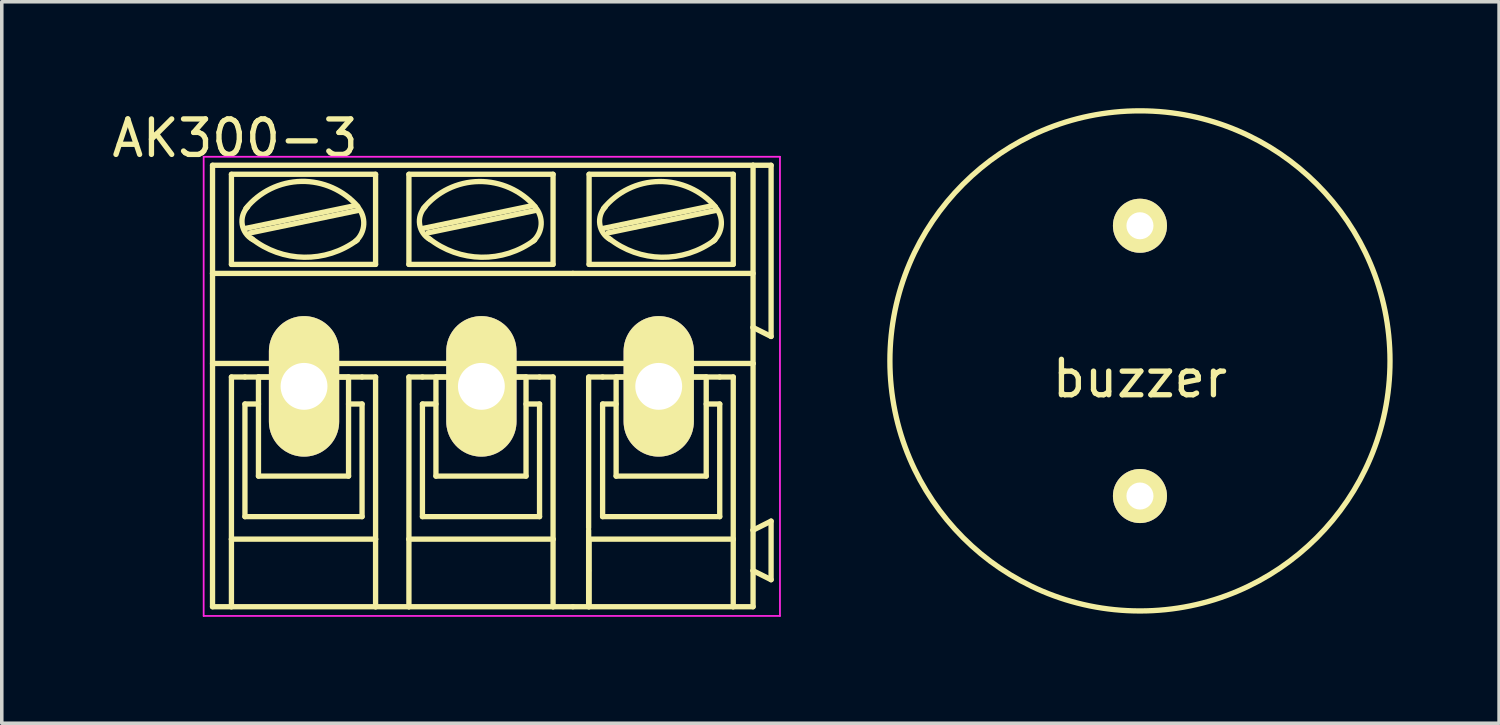
<source format=kicad_pcb>
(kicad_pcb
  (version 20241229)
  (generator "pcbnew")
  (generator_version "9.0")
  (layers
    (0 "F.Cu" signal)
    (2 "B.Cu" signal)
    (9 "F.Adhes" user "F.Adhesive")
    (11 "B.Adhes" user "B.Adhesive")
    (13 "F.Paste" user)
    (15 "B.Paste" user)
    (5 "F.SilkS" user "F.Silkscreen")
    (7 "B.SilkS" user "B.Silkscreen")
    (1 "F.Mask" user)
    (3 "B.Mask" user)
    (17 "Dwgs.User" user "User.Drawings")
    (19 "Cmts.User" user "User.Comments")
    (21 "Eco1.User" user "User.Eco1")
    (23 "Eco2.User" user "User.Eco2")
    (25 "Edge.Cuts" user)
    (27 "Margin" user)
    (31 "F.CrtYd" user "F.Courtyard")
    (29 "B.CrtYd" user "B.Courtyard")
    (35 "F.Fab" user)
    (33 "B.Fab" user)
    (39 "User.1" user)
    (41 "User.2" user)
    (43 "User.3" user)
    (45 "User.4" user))
  (footprint "buzzer"
    (layer "F.Cu")
    (at 29.09 7.125)
    (property "Reference" "buzzer" (at 0 0.5 0) (layer "F.SilkS") (effects (font (size 1 1) (thickness 0.15))))
    (attr through_hole)
    (fp_circle (center 0 0) (end -7.05 0) (stroke (width 0.15) (type solid)) (fill no) (layer "F.SilkS"))
    (pad "1" thru_hole circle (at 0 -3.81) (size 1.524 1.524) (drill 0.762) (layers "*.Cu" "*.Mask" "F.SilkS"))
    (pad "2" thru_hole circle (at 0 3.81) (size 1.524 1.524) (drill 0.762) (layers "*.Cu" "*.Mask" "F.SilkS")))
  (footprint "AK300-3"
    (layer "F.Cu")
    (at 5.522 7.843)
    (property "Reference" "AK300-3" (at -1.945 -6.995 0) (layer "F.SilkS") (effects (font (size 1 1) (thickness 0.15))))
    (attr exclude_from_pos_files exclude_from_bom)
    (fp_line (start -2.58 -6.233) (end 12.66 -6.233) (stroke (width 0.15) (type solid)) (layer "F.SilkS"))
    (fp_line (start -2.58 -3.185) (end -2.58 -6.233) (stroke (width 0.15) (type solid)) (layer "F.SilkS"))
    (fp_line (start -2.58 -3.185) (end 7.58 -3.185) (stroke (width 0.15) (type solid)) (layer "F.SilkS"))
    (fp_line (start -2.58 -0.645) (end -2.58 -3.185) (stroke (width 0.15) (type solid)) (layer "F.SilkS"))
    (fp_line (start -2.58 6.213) (end -2.58 -0.645) (stroke (width 0.15) (type solid)) (layer "F.SilkS"))
    (fp_line (start -2.58 6.213) (end -2.047 6.213) (stroke (width 0.15) (type solid)) (layer "F.SilkS"))
    (fp_line (start -2.047 -3.439) (end -2.047 -5.979) (stroke (width 0.15) (type solid)) (layer "F.SilkS"))
    (fp_line (start -2.047 -0.264) (end -2.047 4.308) (stroke (width 0.15) (type solid)) (layer "F.SilkS"))
    (fp_line (start -2.047 -0.264) (end -1.666 -0.264) (stroke (width 0.15) (type solid)) (layer "F.SilkS"))
    (fp_line (start -2.047 4.308) (end -2.047 6.213) (stroke (width 0.15) (type solid)) (layer "F.SilkS"))
    (fp_line (start -2.047 6.213) (end 2.017 6.213) (stroke (width 0.15) (type solid)) (layer "F.SilkS"))
    (fp_line (start -1.666 0.498) (end -1.285 0.498) (stroke (width 0.15) (type solid)) (layer "F.SilkS"))
    (fp_line (start -1.666 3.673) (end -1.666 0.498) (stroke (width 0.15) (type solid)) (layer "F.SilkS"))
    (fp_line (start -1.64 -4.455) (end 1.41 -5.09) (stroke (width 0.15) (type solid)) (layer "F.SilkS"))
    (fp_line (start -1.513 -4.328) (end 1.535 -4.963) (stroke (width 0.15) (type solid)) (layer "F.SilkS"))
    (fp_line (start -1.285 -0.264) (end 1.255 -0.264) (stroke (width 0.15) (type solid)) (layer "F.SilkS"))
    (fp_line (start -1.285 2.53) (end -1.285 -0.264) (stroke (width 0.15) (type solid)) (layer "F.SilkS"))
    (fp_line (start -1.285 2.53) (end 1.255 2.53) (stroke (width 0.15) (type solid)) (layer "F.SilkS"))
    (fp_line (start 1.255 2.53) (end 1.255 -0.264) (stroke (width 0.15) (type solid)) (layer "F.SilkS"))
    (fp_line (start 1.636 -0.264) (end -1.666 -0.264) (stroke (width 0.15) (type solid)) (layer "F.SilkS"))
    (fp_line (start 1.636 0.498) (end 1.255 0.498) (stroke (width 0.15) (type solid)) (layer "F.SilkS"))
    (fp_line (start 1.636 3.673) (end -1.666 3.673) (stroke (width 0.15) (type solid)) (layer "F.SilkS"))
    (fp_line (start 1.636 3.673) (end 1.636 0.498) (stroke (width 0.15) (type solid)) (layer "F.SilkS"))
    (fp_line (start 2.017 -5.979) (end -2.047 -5.979) (stroke (width 0.15) (type solid)) (layer "F.SilkS"))
    (fp_line (start 2.017 -3.439) (end -2.047 -3.439) (stroke (width 0.15) (type solid)) (layer "F.SilkS"))
    (fp_line (start 2.017 -3.439) (end 2.017 -5.979) (stroke (width 0.15) (type solid)) (layer "F.SilkS"))
    (fp_line (start 2.017 -0.264) (end 1.636 -0.264) (stroke (width 0.15) (type solid)) (layer "F.SilkS"))
    (fp_line (start 2.017 4.308) (end -2.047 4.308) (stroke (width 0.15) (type solid)) (layer "F.SilkS"))
    (fp_line (start 2.017 4.308) (end 2.017 -0.264) (stroke (width 0.15) (type solid)) (layer "F.SilkS"))
    (fp_line (start 2.017 6.213) (end 2.017 4.308) (stroke (width 0.15) (type solid)) (layer "F.SilkS"))
    (fp_line (start 2.017 6.213) (end 2.957 6.213) (stroke (width 0.15) (type solid)) (layer "F.SilkS"))
    (fp_line (start 2.957 -5.979) (end 7.021 -5.979) (stroke (width 0.15) (type solid)) (layer "F.SilkS"))
    (fp_line (start 2.957 -3.439) (end 2.957 -5.979) (stroke (width 0.15) (type solid)) (layer "F.SilkS"))
    (fp_line (start 2.957 -0.264) (end 3.338 -0.264) (stroke (width 0.15) (type solid)) (layer "F.SilkS"))
    (fp_line (start 2.957 4.308) (end 2.957 -0.264) (stroke (width 0.15) (type solid)) (layer "F.SilkS"))
    (fp_line (start 2.957 4.308) (end 7.021 4.308) (stroke (width 0.15) (type solid)) (layer "F.SilkS"))
    (fp_line (start 2.957 6.213) (end 2.957 4.308) (stroke (width 0.15) (type solid)) (layer "F.SilkS"))
    (fp_line (start 2.957 6.213) (end 7.021 6.213) (stroke (width 0.15) (type solid)) (layer "F.SilkS"))
    (fp_line (start 3.338 -0.264) (end 6.64 -0.264) (stroke (width 0.15) (type solid)) (layer "F.SilkS"))
    (fp_line (start 3.338 0.498) (end 3.719 0.498) (stroke (width 0.15) (type solid)) (layer "F.SilkS"))
    (fp_line (start 3.338 3.673) (end 3.338 0.498) (stroke (width 0.15) (type solid)) (layer "F.SilkS"))
    (fp_line (start 3.364 -4.455) (end 6.412 -5.09) (stroke (width 0.15) (type solid)) (layer "F.SilkS"))
    (fp_line (start 3.491 -4.328) (end 6.539 -4.963) (stroke (width 0.15) (type solid)) (layer "F.SilkS"))
    (fp_line (start 3.719 -0.264) (end 6.259 -0.264) (stroke (width 0.15) (type solid)) (layer "F.SilkS"))
    (fp_line (start 3.719 2.53) (end 3.719 -0.264) (stroke (width 0.15) (type solid)) (layer "F.SilkS"))
    (fp_line (start 3.719 2.53) (end 6.259 2.53) (stroke (width 0.15) (type solid)) (layer "F.SilkS"))
    (fp_line (start 6.259 2.53) (end 6.259 -0.264) (stroke (width 0.15) (type solid)) (layer "F.SilkS"))
    (fp_line (start 6.64 0.498) (end 6.259 0.498) (stroke (width 0.15) (type solid)) (layer "F.SilkS"))
    (fp_line (start 6.64 3.673) (end 3.338 3.673) (stroke (width 0.15) (type solid)) (layer "F.SilkS"))
    (fp_line (start 6.64 3.673) (end 6.64 0.498) (stroke (width 0.15) (type solid)) (layer "F.SilkS"))
    (fp_line (start 7.021 -5.979) (end 7.021 -3.439) (stroke (width 0.15) (type solid)) (layer "F.SilkS"))
    (fp_line (start 7.021 -3.439) (end 2.957 -3.439) (stroke (width 0.15) (type solid)) (layer "F.SilkS"))
    (fp_line (start 7.021 -0.264) (end 6.64 -0.264) (stroke (width 0.15) (type solid)) (layer "F.SilkS"))
    (fp_line (start 7.021 -0.264) (end 7.021 4.308) (stroke (width 0.15) (type solid)) (layer "F.SilkS"))
    (fp_line (start 7.021 4.308) (end 7.021 6.213) (stroke (width 0.15) (type solid)) (layer "F.SilkS"))
    (fp_line (start 7.021 6.213) (end 7.58 6.213) (stroke (width 0.15) (type solid)) (layer "F.SilkS"))
    (fp_line (start 7.58 -3.185) (end 12.597 -3.185) (stroke (width 0.15) (type solid)) (layer "F.SilkS"))
    (fp_line (start 8.024 3.99) (end 8.024 -0.264) (stroke (width 0.15) (type solid)) (layer "F.SilkS"))
    (fp_line (start 8.024 4.054) (end 8.024 5.197) (stroke (width 0.15) (type solid)) (layer "F.SilkS"))
    (fp_line (start 8.024 5.197) (end 8.024 6.213) (stroke (width 0.15) (type solid)) (layer "F.SilkS"))
    (fp_line (start 8.037 -5.979) (end 12.101 -5.979) (stroke (width 0.15) (type solid)) (layer "F.SilkS"))
    (fp_line (start 8.037 -3.439) (end 8.037 -5.979) (stroke (width 0.15) (type solid)) (layer "F.SilkS"))
    (fp_line (start 8.037 -0.264) (end 8.418 -0.264) (stroke (width 0.15) (type solid)) (layer "F.SilkS"))
    (fp_line (start 8.037 4.308) (end 12.101 4.308) (stroke (width 0.15) (type solid)) (layer "F.SilkS"))
    (fp_line (start 8.037 6.213) (end 8.037 4.308) (stroke (width 0.15) (type solid)) (layer "F.SilkS"))
    (fp_line (start 8.418 -0.264) (end 11.72 -0.264) (stroke (width 0.15) (type solid)) (layer "F.SilkS"))
    (fp_line (start 8.418 0.498) (end 8.799 0.498) (stroke (width 0.15) (type solid)) (layer "F.SilkS"))
    (fp_line (start 8.418 3.673) (end 8.418 0.498) (stroke (width 0.15) (type solid)) (layer "F.SilkS"))
    (fp_line (start 8.444 -4.455) (end 11.492 -5.09) (stroke (width 0.15) (type solid)) (layer "F.SilkS"))
    (fp_line (start 8.571 -4.328) (end 11.619 -4.963) (stroke (width 0.15) (type solid)) (layer "F.SilkS"))
    (fp_line (start 8.799 -0.264) (end 11.339 -0.264) (stroke (width 0.15) (type solid)) (layer "F.SilkS"))
    (fp_line (start 8.799 2.53) (end 8.799 -0.264) (stroke (width 0.15) (type solid)) (layer "F.SilkS"))
    (fp_line (start 8.799 2.53) (end 11.339 2.53) (stroke (width 0.15) (type solid)) (layer "F.SilkS"))
    (fp_line (start 11.339 2.53) (end 11.339 -0.264) (stroke (width 0.15) (type solid)) (layer "F.SilkS"))
    (fp_line (start 11.72 0.498) (end 11.339 0.498) (stroke (width 0.15) (type solid)) (layer "F.SilkS"))
    (fp_line (start 11.72 3.673) (end 8.418 3.673) (stroke (width 0.15) (type solid)) (layer "F.SilkS"))
    (fp_line (start 11.72 3.673) (end 11.72 0.498) (stroke (width 0.15) (type solid)) (layer "F.SilkS"))
    (fp_line (start 12.088 6.213) (end 7.58 6.213) (stroke (width 0.15) (type solid)) (layer "F.SilkS"))
    (fp_line (start 12.101 -5.979) (end 12.101 -3.439) (stroke (width 0.15) (type solid)) (layer "F.SilkS"))
    (fp_line (start 12.101 -3.439) (end 8.037 -3.439) (stroke (width 0.15) (type solid)) (layer "F.SilkS"))
    (fp_line (start 12.101 -0.264) (end 11.72 -0.264) (stroke (width 0.15) (type solid)) (layer "F.SilkS"))
    (fp_line (start 12.101 -0.264) (end 12.101 4.308) (stroke (width 0.15) (type solid)) (layer "F.SilkS"))
    (fp_line (start 12.101 4.308) (end 12.101 6.213) (stroke (width 0.15) (type solid)) (layer "F.SilkS"))
    (fp_line (start 12.101 6.213) (end 12.66 6.213) (stroke (width 0.15) (type solid)) (layer "F.SilkS"))
    (fp_line (start 12.66 -6.233) (end 12.66 -3.185) (stroke (width 0.15) (type solid)) (layer "F.SilkS"))
    (fp_line (start 12.66 -6.233) (end 13.168 -6.233) (stroke (width 0.15) (type solid)) (layer "F.SilkS"))
    (fp_line (start 12.66 -3.185) (end 12.66 -1.661) (stroke (width 0.15) (type solid)) (layer "F.SilkS"))
    (fp_line (start 12.66 -1.661) (end 12.66 -0.645) (stroke (width 0.15) (type solid)) (layer "F.SilkS"))
    (fp_line (start 12.66 -0.645) (end -2.517 -0.645) (stroke (width 0.15) (type solid)) (layer "F.SilkS"))
    (fp_line (start 12.66 -0.645) (end 12.66 4.054) (stroke (width 0.15) (type solid)) (layer "F.SilkS"))
    (fp_line (start 12.66 4.054) (end 12.66 5.197) (stroke (width 0.15) (type solid)) (layer "F.SilkS"))
    (fp_line (start 12.66 5.197) (end 12.66 6.213) (stroke (width 0.15) (type solid)) (layer "F.SilkS"))
    (fp_line (start 13.168 -6.233) (end 13.168 -1.407) (stroke (width 0.15) (type solid)) (layer "F.SilkS"))
    (fp_line (start 13.168 -1.407) (end 12.66 -1.661) (stroke (width 0.15) (type solid)) (layer "F.SilkS"))
    (fp_line (start 13.168 3.8) (end 12.66 4.054) (stroke (width 0.15) (type solid)) (layer "F.SilkS"))
    (fp_line (start 13.168 3.8) (end 13.168 5.451) (stroke (width 0.15) (type solid)) (layer "F.SilkS"))
    (fp_line (start 13.168 5.451) (end 12.66 5.197) (stroke (width 0.15) (type solid)) (layer "F.SilkS"))
    (fp_arc (start -1.6402 -5.0138) (mid -0.075347 -5.778837) (end 1.516573 -5.071847) (stroke (width 0.15) (type solid)) (layer "F.SilkS"))
    (fp_arc (start -1.44462 -4.1375) (mid -1.742784 -4.563845) (end -1.58952 -5.061019) (stroke (width 0.15) (type solid)) (layer "F.SilkS"))
    (fp_arc (start 1.50178 -4.12734) (mid -0.000269 -3.640479) (end -1.485988 -4.175104) (stroke (width 0.15) (type solid)) (layer "F.SilkS"))
    (fp_arc (start 1.5094 -5.06206) (mid 1.683736 -4.565962) (end 1.45415 -4.09289) (stroke (width 0.15) (type solid)) (layer "F.SilkS"))
    (fp_arc (start 3.3636 -5.0138) (mid 4.926638 -5.774946) (end 6.514411 -5.066844) (stroke (width 0.15) (type solid)) (layer "F.SilkS"))
    (fp_arc (start 3.55664 -4.1375) (mid 3.259456 -4.565849) (end 3.414903 -5.063481) (stroke (width 0.15) (type solid)) (layer "F.SilkS"))
    (fp_arc (start 6.50304 -4.12734) (mid 5.000991 -3.640479) (end 3.515272 -4.175104) (stroke (width 0.15) (type solid)) (layer "F.SilkS"))
    (fp_arc (start 6.51066 -5.06206) (mid 6.685748 -4.567765) (end 6.457972 -4.095429) (stroke (width 0.15) (type solid)) (layer "F.SilkS"))
    (fp_arc (start 8.4436 -5.0138) (mid 10.006638 -5.774946) (end 11.594411 -5.066844) (stroke (width 0.15) (type solid)) (layer "F.SilkS"))
    (fp_arc (start 8.63664 -4.1375) (mid 8.339456 -4.565849) (end 8.494903 -5.063481) (stroke (width 0.15) (type solid)) (layer "F.SilkS"))
    (fp_arc (start 11.58304 -4.12734) (mid 10.080991 -3.640479) (end 8.595272 -4.175104) (stroke (width 0.15) (type solid)) (layer "F.SilkS"))
    (fp_arc (start 11.59066 -5.06206) (mid 11.765748 -4.567765) (end 11.537972 -4.095429) (stroke (width 0.15) (type solid)) (layer "F.SilkS"))
    (fp_line (start -2.83 -6.473) (end -2.83 6.473) (stroke (width 0.05) (type solid)) (layer "F.CrtYd"))
    (fp_line (start -2.83 6.473) (end 13.418 6.473) (stroke (width 0.05) (type solid)) (layer "F.CrtYd"))
    (fp_line (start 13.418 -6.473) (end -2.83 -6.473) (stroke (width 0.05) (type solid)) (layer "F.CrtYd"))
    (fp_line (start 13.418 6.473) (end 13.418 -6.473) (stroke (width 0.05) (type solid)) (layer "F.CrtYd"))
    (pad "1" thru_hole oval (at 0 0) (size 1.981 3.962) (drill 1.321) (layers "*.Cu" "F.Mask" "F.SilkS" "F.Paste"))
    (pad "2" thru_hole oval (at 5 0) (size 1.981 3.962) (drill 1.321) (layers "*.Cu" "F.Mask" "F.SilkS" "F.Paste"))
    (pad "3" thru_hole oval (at 10 0) (size 1.981 3.962) (drill 1.321) (layers "*.Cu" "F.Mask" "F.SilkS" "F.Paste")))
  (gr_rect
    (start -3 -3)
    (end 39.215 17.341)
    (stroke (width 0.1) (type default))
    (fill no)
    (layer "Edge.Cuts")))
</source>
